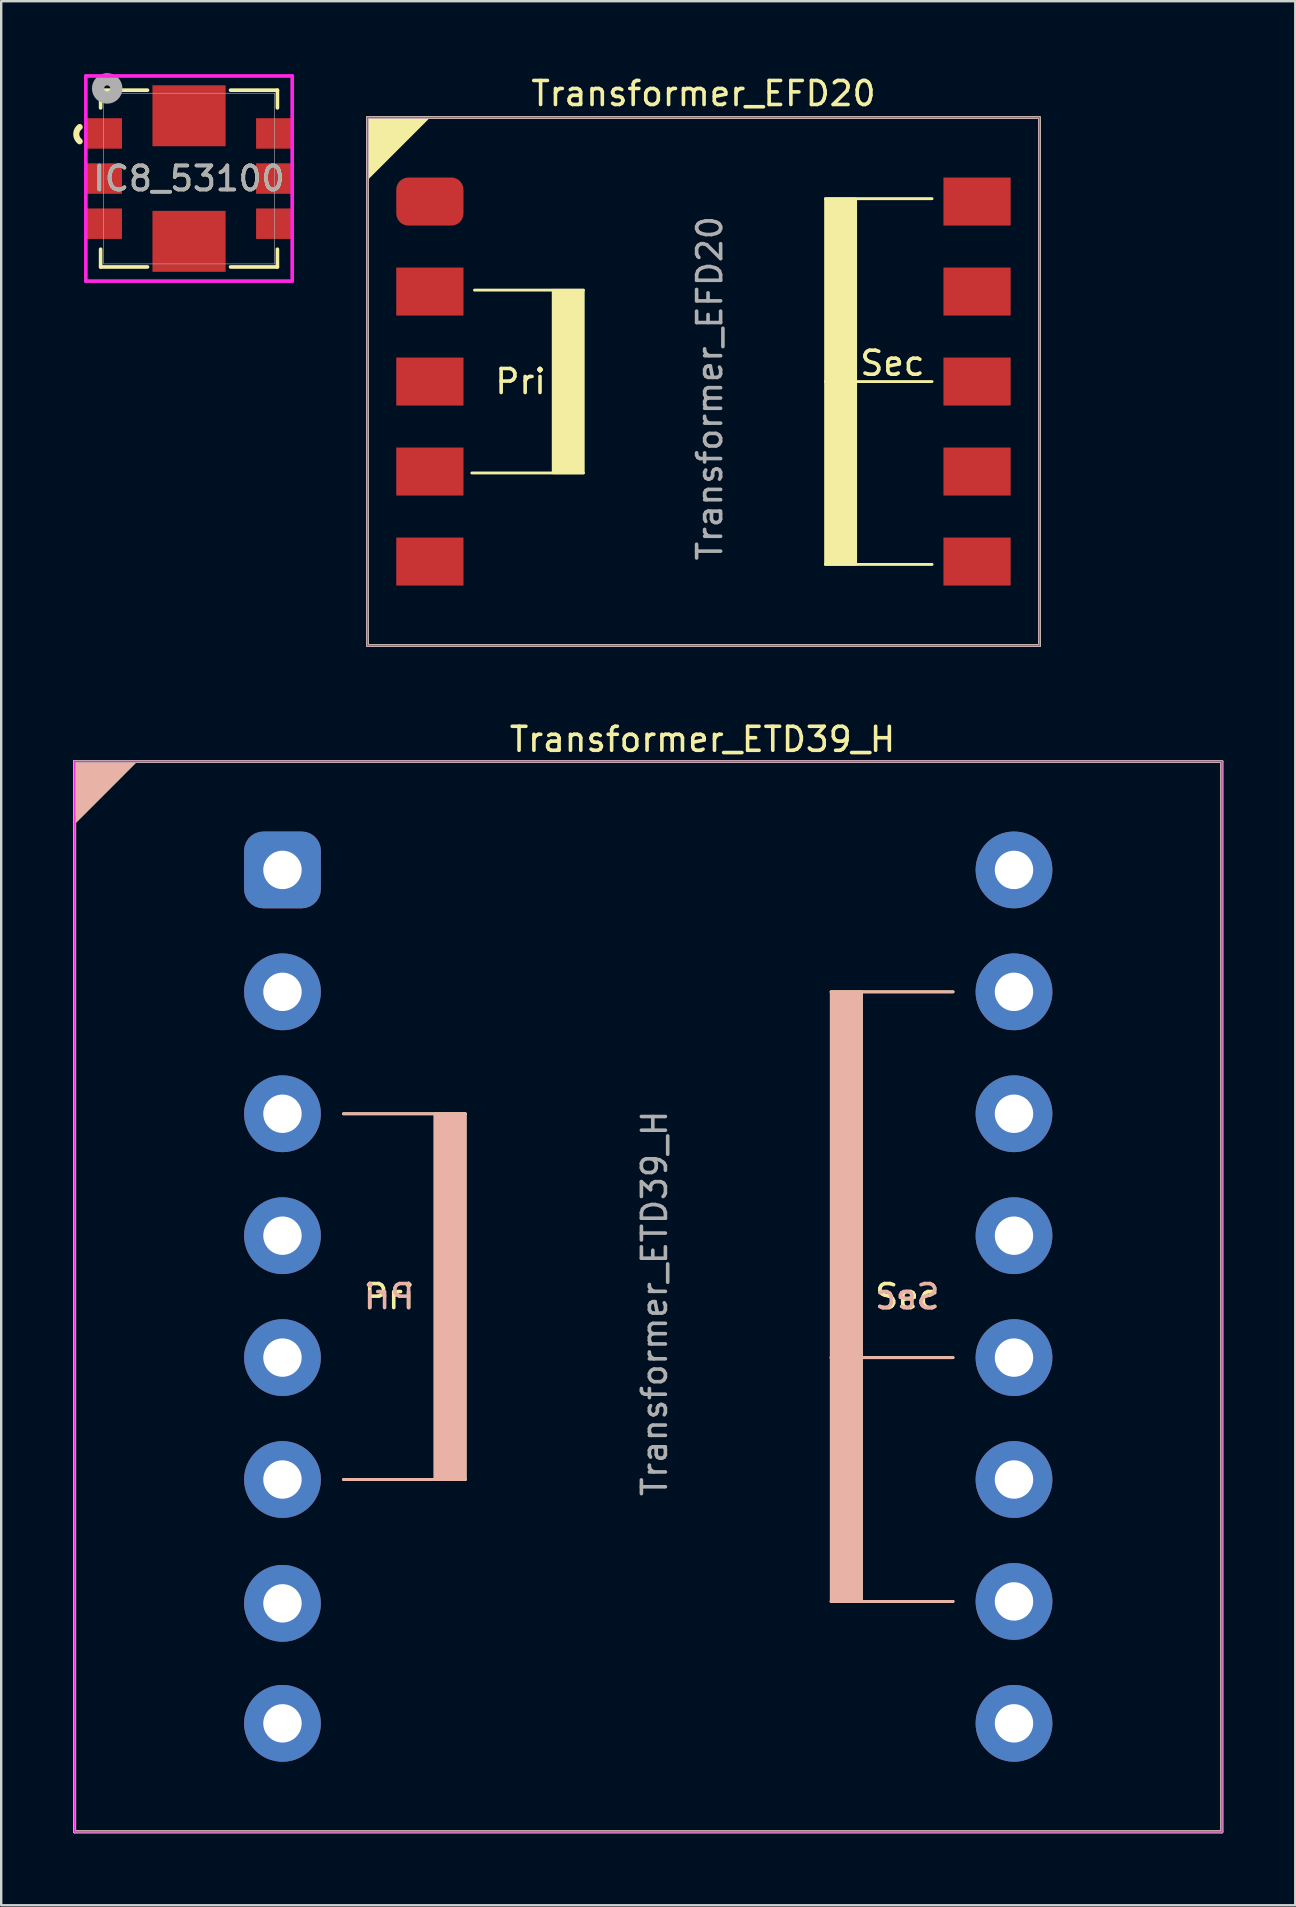
<source format=kicad_pcb>
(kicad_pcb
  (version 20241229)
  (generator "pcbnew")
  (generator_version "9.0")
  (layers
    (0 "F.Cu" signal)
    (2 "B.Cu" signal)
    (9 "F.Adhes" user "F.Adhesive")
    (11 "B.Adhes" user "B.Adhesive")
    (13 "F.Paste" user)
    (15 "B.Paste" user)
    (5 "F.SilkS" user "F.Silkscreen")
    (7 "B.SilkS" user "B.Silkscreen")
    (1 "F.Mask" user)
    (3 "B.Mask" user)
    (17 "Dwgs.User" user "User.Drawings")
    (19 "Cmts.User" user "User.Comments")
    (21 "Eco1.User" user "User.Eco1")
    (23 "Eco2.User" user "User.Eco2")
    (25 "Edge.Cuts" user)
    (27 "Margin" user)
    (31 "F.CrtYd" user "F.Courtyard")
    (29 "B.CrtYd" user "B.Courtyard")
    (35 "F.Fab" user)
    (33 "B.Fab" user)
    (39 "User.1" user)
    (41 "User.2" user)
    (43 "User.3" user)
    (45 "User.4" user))
  (footprint "IC8_53100"
    (layer "F.Cu")
    (at 4.826 4.39)
    (property "Reference" "IC8_53100" (at 0 0 0) (unlocked yes) (layer "F.SilkS") (effects (font (size 1 1) (thickness 0.15))))
    (attr smd)
    (fp_line (start -3.683 -3.683) (end -3.683 -2.945) (stroke (width 0.152) (type solid)) (layer "F.SilkS"))
    (fp_line (start -3.683 2.945) (end -3.683 3.683) (stroke (width 0.152) (type solid)) (layer "F.SilkS"))
    (fp_line (start -3.683 3.683) (end -1.73 3.683) (stroke (width 0.152) (type solid)) (layer "F.SilkS"))
    (fp_line (start -1.73 -3.683) (end -3.683 -3.683) (stroke (width 0.152) (type solid)) (layer "F.SilkS"))
    (fp_line (start 1.73 3.683) (end 3.683 3.683) (stroke (width 0.152) (type solid)) (layer "F.SilkS"))
    (fp_line (start 3.683 -3.683) (end 1.73 -3.683) (stroke (width 0.152) (type solid)) (layer "F.SilkS"))
    (fp_line (start 3.683 -2.945) (end 3.683 -3.683) (stroke (width 0.152) (type solid)) (layer "F.SilkS"))
    (fp_line (start 3.683 3.683) (end 3.683 2.945) (stroke (width 0.152) (type solid)) (layer "F.SilkS"))
    (fp_arc (start -4.555541 -1.552116) (mid -4.699 -1.85) (end -4.555541 -2.147885) (stroke (width 0.254) (type solid)) (layer "F.SilkS"))
    (fp_line (start -4.299 -4.274) (end -4.299 4.273) (stroke (width 0.152) (type solid)) (layer "F.CrtYd"))
    (fp_line (start -4.299 4.273) (end 4.299 4.273) (stroke (width 0.152) (type solid)) (layer "F.CrtYd"))
    (fp_line (start 4.299 -4.274) (end -4.299 -4.274) (stroke (width 0.152) (type solid)) (layer "F.CrtYd"))
    (fp_line (start 4.299 4.273) (end 4.299 -4.274) (stroke (width 0.152) (type solid)) (layer "F.CrtYd"))
    (fp_line (start -3.556 -3.556) (end -3.556 3.556) (stroke (width 0.025) (type solid)) (layer "F.Fab"))
    (fp_line (start -3.556 3.556) (end 3.556 3.556) (stroke (width 0.025) (type solid)) (layer "F.Fab"))
    (fp_line (start 3.556 -3.556) (end -3.556 -3.556) (stroke (width 0.025) (type solid)) (layer "F.Fab"))
    (fp_line (start 3.556 3.556) (end 3.556 -3.556) (stroke (width 0.025) (type solid)) (layer "F.Fab"))
    (fp_circle (center -3.41 -3.755) (end -3.029 -3.755) (stroke (width 0.508) (type solid)) (fill no) (layer "F.Fab"))
    (fp_text user "${REFERENCE}" (at 0 0 0) (unlocked yes) (layer "F.Fab") (effects (font (size 1 1) (thickness 0.15))))
    (pad "1" smd rect (at -3.556 -1.88) (size 1.524 1.27) (layers "F.Cu" "F.Mask" "F.Paste"))
    (pad "2" smd rect (at -3.556 0) (size 1.524 1.27) (layers "F.Cu" "F.Mask" "F.Paste"))
    (pad "3" smd rect (at -3.556 1.88) (size 1.524 1.27) (layers "F.Cu" "F.Mask" "F.Paste"))
    (pad "4" smd rect (at 3.556 1.88) (size 1.524 1.27) (layers "F.Cu" "F.Mask" "F.Paste"))
    (pad "5" smd rect (at 3.556 0) (size 1.524 1.27) (layers "F.Cu" "F.Mask" "F.Paste"))
    (pad "6" smd rect (at 3.556 -1.88) (size 1.524 1.27) (layers "F.Cu" "F.Mask" "F.Paste"))
    (pad "7" smd rect (at 0 2.616) (size 3.048 2.54) (layers "F.Cu" "F.Mask" "F.Paste"))
    (pad "8" smd rect (at 0 -2.616) (size 3.048 2.54) (layers "F.Cu" "F.Mask" "F.Paste")))
  (footprint "Transformer_EFD20"
    (layer "F.Cu")
    (at 26.261 12.848)
    (property "Reference" "Transformer_EFD20" (at 0 -12 0) (layer "F.SilkS") (effects (font (size 1 1) (thickness 0.15))))
    (attr smd)
    (fp_line (start -14 -11) (end -14 11) (stroke (width 0.12) (type solid)) (layer "F.SilkS"))
    (fp_line (start -14 -11) (end 14 -11) (stroke (width 0.12) (type solid)) (layer "F.SilkS"))
    (fp_line (start -9.54 -3.81) (end -5 -3.81) (stroke (width 0.12) (type solid)) (layer "F.SilkS"))
    (fp_line (start -5 3.81) (end -9.652 3.81) (stroke (width 0.12) (type solid)) (layer "F.SilkS"))
    (fp_line (start 5.08 -7.62) (end 9.525 -7.62) (stroke (width 0.12) (type solid)) (layer "F.SilkS"))
    (fp_line (start 5.08 0) (end 9.525 0) (stroke (width 0.12) (type solid)) (layer "F.SilkS"))
    (fp_line (start 5.08 7.62) (end 9.525 7.62) (stroke (width 0.12) (type solid)) (layer "F.SilkS"))
    (fp_line (start 14 11) (end -14 11) (stroke (width 0.12) (type solid)) (layer "F.SilkS"))
    (fp_line (start 14 11) (end 14 -11) (stroke (width 0.12) (type solid)) (layer "F.SilkS"))
    (fp_poly (pts (xy -14 -8.46) (xy -14 -11) (xy -11.46 -11)) (stroke (width 0.1) (type solid)) (fill yes) (layer "F.SilkS"))
    (fp_poly (pts (xy -5 3.81) (xy -6.27 3.81) (xy -6.27 -3.81) (xy -5 -3.81)) (stroke (width 0.1) (type solid)) (fill yes) (layer "F.SilkS"))
    (fp_poly (pts (xy 6.35 7.62) (xy 5.08 7.62) (xy 5.08 -7.62) (xy 6.35 -7.62)) (stroke (width 0.1) (type solid)) (fill yes) (layer "F.SilkS"))
    (fp_line (start -14 -11) (end -14 11) (stroke (width 0.05) (type solid)) (layer "F.CrtYd"))
    (fp_line (start -14 -11) (end 14 -11) (stroke (width 0.05) (type solid)) (layer "F.CrtYd"))
    (fp_line (start 14 11) (end -14 11) (stroke (width 0.05) (type solid)) (layer "F.CrtYd"))
    (fp_line (start 14 11) (end 14 -11) (stroke (width 0.05) (type solid)) (layer "F.CrtYd"))
    (fp_line (start -14 -11) (end -14 11) (stroke (width 0.1) (type solid)) (layer "F.Fab"))
    (fp_line (start -14 11) (end 14 11) (stroke (width 0.1) (type solid)) (layer "F.Fab"))
    (fp_line (start 14 -11) (end -14 -11) (stroke (width 0.1) (type solid)) (layer "F.Fab"))
    (fp_line (start 14 11) (end 14 -11) (stroke (width 0.1) (type solid)) (layer "F.Fab"))
    (fp_text user "Pri" (at -7.62 0 0) (layer "F.SilkS") (effects (font (size 1 1) (thickness 0.15))))
    (fp_text user "Sec" (at 7.874 -0.762 0) (layer "F.SilkS") (effects (font (size 1 1) (thickness 0.15))))
    (fp_text user "${REFERENCE}" (at 0.26 0.28 90) (layer "F.Fab") (effects (font (size 1 1) (thickness 0.15))))
    (pad "1" smd roundrect (at -11.4 -7.5) (size 2.8 2) (layers "F.Cu" "F.Mask" "F.Paste") (roundrect_rratio 0.25))
    (pad "2" smd rect (at -11.4 -3.75) (size 2.8 2) (layers "F.Cu" "F.Mask" "F.Paste"))
    (pad "3" smd rect (at -11.4 0) (size 2.8 2) (layers "F.Cu" "F.Mask" "F.Paste"))
    (pad "4" smd rect (at -11.4 3.75) (size 2.8 2) (layers "F.Cu" "F.Mask" "F.Paste"))
    (pad "5" smd rect (at -11.4 7.5) (size 2.8 2) (layers "F.Cu" "F.Mask" "F.Paste"))
    (pad "6" smd rect (at 11.4 7.5) (size 2.8 2) (layers "F.Cu" "F.Mask" "F.Paste"))
    (pad "7" smd rect (at 11.4 3.75) (size 2.8 2) (layers "F.Cu" "F.Mask" "F.Paste"))
    (pad "8" smd rect (at 11.4 0) (size 2.8 2) (layers "F.Cu" "F.Mask" "F.Paste"))
    (pad "9" smd rect (at 11.4 -3.75) (size 2.8 2) (layers "F.Cu" "F.Mask" "F.Paste"))
    (pad "10" smd rect (at 11.4 -7.5) (size 2.8 2) (layers "F.Cu" "F.Mask" "F.Paste")))
  (footprint "Transformer_ETD39_H"
    (layer "F.Cu")
    (at 8.72 68.757)
    (property "Reference" "Transformer_ETD39_H" (at 17.5 -41 0) (layer "F.SilkS") (effects (font (size 1 1) (thickness 0.15))))
    (attr through_hole)
    (fp_line (start -8.66 -40.08) (end -8.66 4.52) (stroke (width 0.12) (type solid)) (layer "F.SilkS"))
    (fp_line (start -8.66 -40.08) (end 39.14 -40.08) (stroke (width 0.12) (type solid)) (layer "F.SilkS"))
    (fp_line (start 2.54 -25.4) (end 7.62 -25.4) (stroke (width 0.12) (type solid)) (layer "F.SilkS"))
    (fp_line (start 7.62 -10.16) (end 2.54 -10.16) (stroke (width 0.12) (type solid)) (layer "F.SilkS"))
    (fp_line (start 22.86 -30.48) (end 27.94 -30.48) (stroke (width 0.12) (type solid)) (layer "F.SilkS"))
    (fp_line (start 22.86 -15.24) (end 27.94 -15.24) (stroke (width 0.12) (type solid)) (layer "F.SilkS"))
    (fp_line (start 22.86 -5.08) (end 27.94 -5.08) (stroke (width 0.12) (type solid)) (layer "F.SilkS"))
    (fp_line (start 39.14 4.52) (end -8.66 4.52) (stroke (width 0.12) (type solid)) (layer "F.SilkS"))
    (fp_line (start 39.14 4.52) (end 39.14 -40.08) (stroke (width 0.12) (type solid)) (layer "F.SilkS"))
    (fp_poly (pts (xy -8.66 -37.54) (xy -8.66 -40.08) (xy -6.12 -40.08)) (stroke (width 0.1) (type solid)) (fill yes) (layer "F.SilkS"))
    (fp_poly (pts (xy 7.62 -10.16) (xy 6.35 -10.16) (xy 6.35 -25.4) (xy 7.62 -25.4)) (stroke (width 0.1) (type solid)) (fill yes) (layer "F.SilkS"))
    (fp_poly (pts (xy 24.13 -5.08) (xy 22.86 -5.08) (xy 22.86 -30.48) (xy 24.13 -30.48)) (stroke (width 0.1) (type solid)) (fill yes) (layer "F.SilkS"))
    (fp_line (start -8.66 -40.08) (end 39.14 -40.08) (stroke (width 0.12) (type solid)) (layer "B.SilkS"))
    (fp_line (start -8.66 4.52) (end -8.66 -40.08) (stroke (width 0.12) (type solid)) (layer "B.SilkS"))
    (fp_line (start 2.54 -10.16) (end 7.62 -10.16) (stroke (width 0.12) (type solid)) (layer "B.SilkS"))
    (fp_line (start 7.62 -25.4) (end 2.54 -25.4) (stroke (width 0.12) (type solid)) (layer "B.SilkS"))
    (fp_line (start 22.86 -30.48) (end 27.94 -30.48) (stroke (width 0.12) (type solid)) (layer "B.SilkS"))
    (fp_line (start 22.86 -15.24) (end 27.94 -15.24) (stroke (width 0.12) (type solid)) (layer "B.SilkS"))
    (fp_line (start 22.86 -5.08) (end 27.94 -5.08) (stroke (width 0.12) (type solid)) (layer "B.SilkS"))
    (fp_line (start 39.14 -40.08) (end 39.14 4.52) (stroke (width 0.12) (type solid)) (layer "B.SilkS"))
    (fp_line (start 39.14 4.52) (end -8.66 4.52) (stroke (width 0.12) (type solid)) (layer "B.SilkS"))
    (fp_poly (pts (xy -6.12 -40.08) (xy -8.66 -40.08) (xy -8.66 -37.54)) (stroke (width 0.1) (type solid)) (fill yes) (layer "B.SilkS"))
    (fp_poly (pts (xy 7.62 -25.4) (xy 6.35 -25.4) (xy 6.35 -10.16) (xy 7.62 -10.16)) (stroke (width 0.1) (type solid)) (fill yes) (layer "B.SilkS"))
    (fp_poly (pts (xy 24.13 -30.48) (xy 22.86 -30.48) (xy 22.86 -5.08) (xy 24.13 -5.08)) (stroke (width 0.1) (type solid)) (fill yes) (layer "B.SilkS"))
    (fp_line (start -8.66 -40.08) (end -8.66 4.52) (stroke (width 0.05) (type solid)) (layer "F.CrtYd"))
    (fp_line (start -8.66 -40.08) (end 39.14 -40.08) (stroke (width 0.05) (type solid)) (layer "F.CrtYd"))
    (fp_line (start 39.14 4.52) (end -8.66 4.52) (stroke (width 0.05) (type solid)) (layer "F.CrtYd"))
    (fp_line (start 39.14 4.52) (end 39.14 -40.08) (stroke (width 0.05) (type solid)) (layer "F.CrtYd"))
    (fp_line (start -8.66 -40.08) (end -8.66 4.52) (stroke (width 0.1) (type solid)) (layer "F.Fab"))
    (fp_line (start -8.66 4.52) (end 39.14 4.52) (stroke (width 0.1) (type solid)) (layer "F.Fab"))
    (fp_line (start 39.14 -40.08) (end -8.66 -40.08) (stroke (width 0.1) (type solid)) (layer "F.Fab"))
    (fp_line (start 39.14 4.52) (end 39.14 -40.08) (stroke (width 0.1) (type solid)) (layer "F.Fab"))
    (fp_text user "Sec" (at 26.035 -17.78 0) (layer "F.SilkS") (effects (font (size 1 1) (thickness 0.15))))
    (fp_text user "Pri" (at 4.445 -17.78 0) (layer "F.SilkS") (effects (font (size 1 1) (thickness 0.15))))
    (fp_text user "Pri" (at 4.445 -17.78 0) (layer "B.SilkS") (effects (font (size 1 1) (thickness 0.15)) (justify mirror)))
    (fp_text user "Sec" (at 26.035 -17.78 0) (layer "B.SilkS") (effects (font (size 1 1) (thickness 0.15)) (justify mirror)))
    (fp_text user "${REFERENCE}" (at 15.5 -17.5 90) (layer "F.Fab") (effects (font (size 1 1) (thickness 0.15))))
    (pad "1" thru_hole roundrect (at 0 -35.56) (size 3.2 3.2) (drill 1.6) (layers "*.Cu" "*.Mask") (roundrect_rratio 0.25))
    (pad "2" thru_hole circle (at 0 -30.48) (size 3.2 3.2) (drill 1.6) (layers "*.Cu" "*.Mask"))
    (pad "3" thru_hole circle (at 0 -25.4) (size 3.2 3.2) (drill 1.6) (layers "*.Cu" "*.Mask"))
    (pad "4" thru_hole circle (at 0 -20.32) (size 3.2 3.2) (drill 1.6) (layers "*.Cu" "*.Mask"))
    (pad "5" thru_hole circle (at 0 -15.24) (size 3.2 3.2) (drill 1.6) (layers "*.Cu" "*.Mask"))
    (pad "6" thru_hole circle (at 0 -10.16) (size 3.2 3.2) (drill 1.6) (layers "*.Cu" "*.Mask"))
    (pad "7" thru_hole circle (at 0 -5) (size 3.2 3.2) (drill 1.6) (layers "*.Cu" "*.Mask"))
    (pad "8" thru_hole circle (at 0 0) (size 3.2 3.2) (drill 1.6) (layers "*.Cu" "*.Mask"))
    (pad "9" thru_hole circle (at 30.48 0) (size 3.2 3.2) (drill 1.6) (layers "*.Cu" "*.Mask"))
    (pad "10" thru_hole circle (at 30.48 -5.08) (size 3.2 3.2) (drill 1.6) (layers "*.Cu" "*.Mask"))
    (pad "11" thru_hole circle (at 30.48 -10.16) (size 3.2 3.2) (drill 1.6) (layers "*.Cu" "*.Mask"))
    (pad "12" thru_hole circle (at 30.48 -15.24) (size 3.2 3.2) (drill 1.6) (layers "*.Cu" "*.Mask"))
    (pad "13" thru_hole circle (at 30.48 -20.32) (size 3.2 3.2) (drill 1.6) (layers "*.Cu" "*.Mask"))
    (pad "14" thru_hole circle (at 30.48 -25.4) (size 3.2 3.2) (drill 1.6) (layers "*.Cu" "*.Mask"))
    (pad "15" thru_hole circle (at 30.48 -30.48) (size 3.2 3.2) (drill 1.6) (layers "*.Cu" "*.Mask"))
    (pad "16" thru_hole circle (at 30.48 -35.56) (size 3.2 3.2) (drill 1.6) (layers "*.Cu" "*.Mask")))
  (gr_rect
    (start -3 -3)
    (end 50.92 76.337)
    (stroke (width 0.1) (type default))
    (fill no)
    (layer "Edge.Cuts")))
</source>
